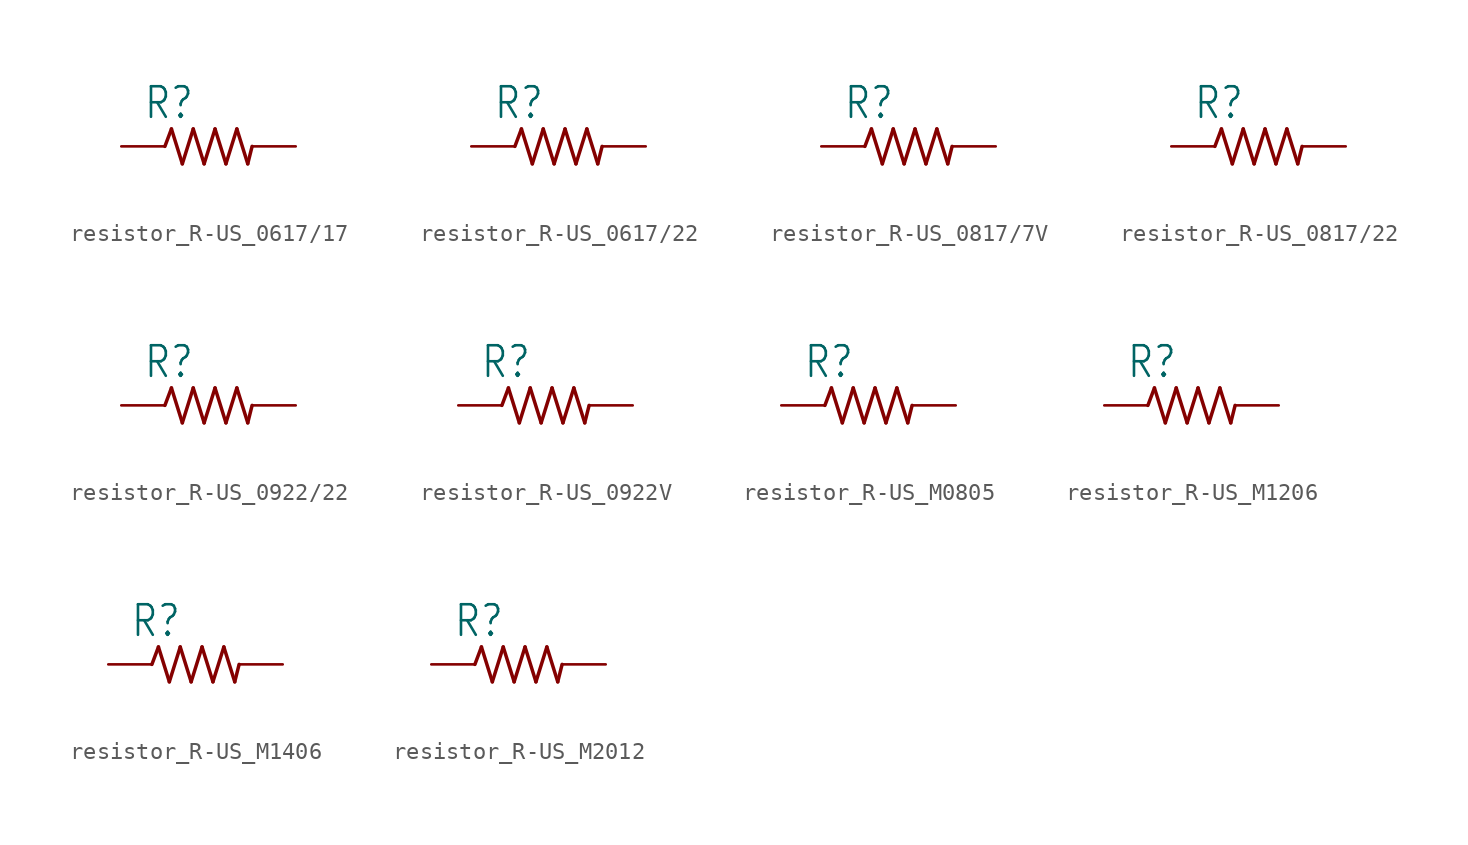
<source format=kicad_sym>
(kicad_symbol_lib
  (version 20231120)
  (generator "kicad_symbol_editor")
  (generator_version "8.0")
  (symbol "resistor_R-US_0617/17"
    (property "Reference" "R"
      (at -3.81 1.499 0)
      (effects (font (size 1.778 1.511)) (justify left bottom)))
    (property "Value" ""
      (at -3.81 -3.302 0)
      (effects (font (size 1.778 1.511)) (justify left bottom)))
    (property "ki_locked" ""
      (at 0 0 0)
      (effects (font (size 1.27 1.27))))
    (symbol "resistor_R-US_0617/17_1_0"
      (polyline (pts (xy -2.54 0) (xy -2.159 1.016)) (stroke (width 0.203) (type solid)) (fill (type none)))
      (polyline (pts (xy -2.159 1.016) (xy -1.524 -1.016)) (stroke (width 0.203) (type solid)) (fill (type none)))
      (polyline (pts (xy -1.524 -1.016) (xy -0.889 1.016)) (stroke (width 0.203) (type solid)) (fill (type none)))
      (polyline (pts (xy -0.889 1.016) (xy -0.254 -1.016)) (stroke (width 0.203) (type solid)) (fill (type none)))
      (polyline (pts (xy -0.254 -1.016) (xy 0.381 1.016)) (stroke (width 0.203) (type solid)) (fill (type none)))
      (polyline (pts (xy 0.381 1.016) (xy 1.016 -1.016)) (stroke (width 0.203) (type solid)) (fill (type none)))
      (polyline (pts (xy 1.016 -1.016) (xy 1.651 1.016)) (stroke (width 0.203) (type solid)) (fill (type none)))
      (polyline (pts (xy 1.651 1.016) (xy 2.286 -1.016)) (stroke (width 0.203) (type solid)) (fill (type none)))
      (polyline (pts (xy 2.286 -1.016) (xy 2.54 0)) (stroke (width 0.203) (type solid)) (fill (type none)))
      (pin passive line (at -5.08 0 0) (length 2.54) (name "1" (effects (font (size 0 0)))) (number "1" (effects (font (size 0 0)))))
      (pin passive line (at 5.08 0 180) (length 2.54) (name "2" (effects (font (size 0 0)))) (number "2" (effects (font (size 0 0)))))))
  (symbol "resistor_R-US_0617/22"
    (property "Reference" "R"
      (at -3.81 1.499 0)
      (effects (font (size 1.778 1.511)) (justify left bottom)))
    (property "Value" ""
      (at -3.81 -3.302 0)
      (effects (font (size 1.778 1.511)) (justify left bottom)))
    (property "ki_locked" ""
      (at 0 0 0)
      (effects (font (size 1.27 1.27))))
    (symbol "resistor_R-US_0617/22_1_0"
      (polyline (pts (xy -2.54 0) (xy -2.159 1.016)) (stroke (width 0.203) (type solid)) (fill (type none)))
      (polyline (pts (xy -2.159 1.016) (xy -1.524 -1.016)) (stroke (width 0.203) (type solid)) (fill (type none)))
      (polyline (pts (xy -1.524 -1.016) (xy -0.889 1.016)) (stroke (width 0.203) (type solid)) (fill (type none)))
      (polyline (pts (xy -0.889 1.016) (xy -0.254 -1.016)) (stroke (width 0.203) (type solid)) (fill (type none)))
      (polyline (pts (xy -0.254 -1.016) (xy 0.381 1.016)) (stroke (width 0.203) (type solid)) (fill (type none)))
      (polyline (pts (xy 0.381 1.016) (xy 1.016 -1.016)) (stroke (width 0.203) (type solid)) (fill (type none)))
      (polyline (pts (xy 1.016 -1.016) (xy 1.651 1.016)) (stroke (width 0.203) (type solid)) (fill (type none)))
      (polyline (pts (xy 1.651 1.016) (xy 2.286 -1.016)) (stroke (width 0.203) (type solid)) (fill (type none)))
      (polyline (pts (xy 2.286 -1.016) (xy 2.54 0)) (stroke (width 0.203) (type solid)) (fill (type none)))
      (pin passive line (at -5.08 0 0) (length 2.54) (name "1" (effects (font (size 0 0)))) (number "1" (effects (font (size 0 0)))))
      (pin passive line (at 5.08 0 180) (length 2.54) (name "2" (effects (font (size 0 0)))) (number "2" (effects (font (size 0 0)))))))
  (symbol "resistor_R-US_0817/7V"
    (property "Reference" "R"
      (at -3.81 1.499 0)
      (effects (font (size 1.778 1.511)) (justify left bottom)))
    (property "Value" ""
      (at -3.81 -3.302 0)
      (effects (font (size 1.778 1.511)) (justify left bottom)))
    (property "ki_locked" ""
      (at 0 0 0)
      (effects (font (size 1.27 1.27))))
    (symbol "resistor_R-US_0817/7V_1_0"
      (polyline (pts (xy -2.54 0) (xy -2.159 1.016)) (stroke (width 0.203) (type solid)) (fill (type none)))
      (polyline (pts (xy -2.159 1.016) (xy -1.524 -1.016)) (stroke (width 0.203) (type solid)) (fill (type none)))
      (polyline (pts (xy -1.524 -1.016) (xy -0.889 1.016)) (stroke (width 0.203) (type solid)) (fill (type none)))
      (polyline (pts (xy -0.889 1.016) (xy -0.254 -1.016)) (stroke (width 0.203) (type solid)) (fill (type none)))
      (polyline (pts (xy -0.254 -1.016) (xy 0.381 1.016)) (stroke (width 0.203) (type solid)) (fill (type none)))
      (polyline (pts (xy 0.381 1.016) (xy 1.016 -1.016)) (stroke (width 0.203) (type solid)) (fill (type none)))
      (polyline (pts (xy 1.016 -1.016) (xy 1.651 1.016)) (stroke (width 0.203) (type solid)) (fill (type none)))
      (polyline (pts (xy 1.651 1.016) (xy 2.286 -1.016)) (stroke (width 0.203) (type solid)) (fill (type none)))
      (polyline (pts (xy 2.286 -1.016) (xy 2.54 0)) (stroke (width 0.203) (type solid)) (fill (type none)))
      (pin passive line (at -5.08 0 0) (length 2.54) (name "1" (effects (font (size 0 0)))) (number "1" (effects (font (size 0 0)))))
      (pin passive line (at 5.08 0 180) (length 2.54) (name "2" (effects (font (size 0 0)))) (number "2" (effects (font (size 0 0)))))))
  (symbol "resistor_R-US_0817/22"
    (property "Reference" "R"
      (at -3.81 1.499 0)
      (effects (font (size 1.778 1.511)) (justify left bottom)))
    (property "Value" ""
      (at -3.81 -3.302 0)
      (effects (font (size 1.778 1.511)) (justify left bottom)))
    (property "ki_locked" ""
      (at 0 0 0)
      (effects (font (size 1.27 1.27))))
    (symbol "resistor_R-US_0817/22_1_0"
      (polyline (pts (xy -2.54 0) (xy -2.159 1.016)) (stroke (width 0.203) (type solid)) (fill (type none)))
      (polyline (pts (xy -2.159 1.016) (xy -1.524 -1.016)) (stroke (width 0.203) (type solid)) (fill (type none)))
      (polyline (pts (xy -1.524 -1.016) (xy -0.889 1.016)) (stroke (width 0.203) (type solid)) (fill (type none)))
      (polyline (pts (xy -0.889 1.016) (xy -0.254 -1.016)) (stroke (width 0.203) (type solid)) (fill (type none)))
      (polyline (pts (xy -0.254 -1.016) (xy 0.381 1.016)) (stroke (width 0.203) (type solid)) (fill (type none)))
      (polyline (pts (xy 0.381 1.016) (xy 1.016 -1.016)) (stroke (width 0.203) (type solid)) (fill (type none)))
      (polyline (pts (xy 1.016 -1.016) (xy 1.651 1.016)) (stroke (width 0.203) (type solid)) (fill (type none)))
      (polyline (pts (xy 1.651 1.016) (xy 2.286 -1.016)) (stroke (width 0.203) (type solid)) (fill (type none)))
      (polyline (pts (xy 2.286 -1.016) (xy 2.54 0)) (stroke (width 0.203) (type solid)) (fill (type none)))
      (pin passive line (at -5.08 0 0) (length 2.54) (name "1" (effects (font (size 0 0)))) (number "1" (effects (font (size 0 0)))))
      (pin passive line (at 5.08 0 180) (length 2.54) (name "2" (effects (font (size 0 0)))) (number "2" (effects (font (size 0 0)))))))
  (symbol "resistor_R-US_0922/22"
    (property "Reference" "R"
      (at -3.81 1.499 0)
      (effects (font (size 1.778 1.511)) (justify left bottom)))
    (property "Value" ""
      (at -3.81 -3.302 0)
      (effects (font (size 1.778 1.511)) (justify left bottom)))
    (property "ki_locked" ""
      (at 0 0 0)
      (effects (font (size 1.27 1.27))))
    (symbol "resistor_R-US_0922/22_1_0"
      (polyline (pts (xy -2.54 0) (xy -2.159 1.016)) (stroke (width 0.203) (type solid)) (fill (type none)))
      (polyline (pts (xy -2.159 1.016) (xy -1.524 -1.016)) (stroke (width 0.203) (type solid)) (fill (type none)))
      (polyline (pts (xy -1.524 -1.016) (xy -0.889 1.016)) (stroke (width 0.203) (type solid)) (fill (type none)))
      (polyline (pts (xy -0.889 1.016) (xy -0.254 -1.016)) (stroke (width 0.203) (type solid)) (fill (type none)))
      (polyline (pts (xy -0.254 -1.016) (xy 0.381 1.016)) (stroke (width 0.203) (type solid)) (fill (type none)))
      (polyline (pts (xy 0.381 1.016) (xy 1.016 -1.016)) (stroke (width 0.203) (type solid)) (fill (type none)))
      (polyline (pts (xy 1.016 -1.016) (xy 1.651 1.016)) (stroke (width 0.203) (type solid)) (fill (type none)))
      (polyline (pts (xy 1.651 1.016) (xy 2.286 -1.016)) (stroke (width 0.203) (type solid)) (fill (type none)))
      (polyline (pts (xy 2.286 -1.016) (xy 2.54 0)) (stroke (width 0.203) (type solid)) (fill (type none)))
      (pin passive line (at -5.08 0 0) (length 2.54) (name "1" (effects (font (size 0 0)))) (number "1" (effects (font (size 0 0)))))
      (pin passive line (at 5.08 0 180) (length 2.54) (name "2" (effects (font (size 0 0)))) (number "2" (effects (font (size 0 0)))))))
  (symbol "resistor_R-US_0922V"
    (property "Reference" "R"
      (at -3.81 1.499 0)
      (effects (font (size 1.778 1.511)) (justify left bottom)))
    (property "Value" ""
      (at -3.81 -3.302 0)
      (effects (font (size 1.778 1.511)) (justify left bottom)))
    (property "ki_locked" ""
      (at 0 0 0)
      (effects (font (size 1.27 1.27))))
    (symbol "resistor_R-US_0922V_1_0"
      (polyline (pts (xy -2.54 0) (xy -2.159 1.016)) (stroke (width 0.203) (type solid)) (fill (type none)))
      (polyline (pts (xy -2.159 1.016) (xy -1.524 -1.016)) (stroke (width 0.203) (type solid)) (fill (type none)))
      (polyline (pts (xy -1.524 -1.016) (xy -0.889 1.016)) (stroke (width 0.203) (type solid)) (fill (type none)))
      (polyline (pts (xy -0.889 1.016) (xy -0.254 -1.016)) (stroke (width 0.203) (type solid)) (fill (type none)))
      (polyline (pts (xy -0.254 -1.016) (xy 0.381 1.016)) (stroke (width 0.203) (type solid)) (fill (type none)))
      (polyline (pts (xy 0.381 1.016) (xy 1.016 -1.016)) (stroke (width 0.203) (type solid)) (fill (type none)))
      (polyline (pts (xy 1.016 -1.016) (xy 1.651 1.016)) (stroke (width 0.203) (type solid)) (fill (type none)))
      (polyline (pts (xy 1.651 1.016) (xy 2.286 -1.016)) (stroke (width 0.203) (type solid)) (fill (type none)))
      (polyline (pts (xy 2.286 -1.016) (xy 2.54 0)) (stroke (width 0.203) (type solid)) (fill (type none)))
      (pin passive line (at -5.08 0 0) (length 2.54) (name "1" (effects (font (size 0 0)))) (number "1" (effects (font (size 0 0)))))
      (pin passive line (at 5.08 0 180) (length 2.54) (name "2" (effects (font (size 0 0)))) (number "2" (effects (font (size 0 0)))))))
  (symbol "resistor_R-US_M0805"
    (property "Reference" "R"
      (at -3.81 1.499 0)
      (effects (font (size 1.778 1.511)) (justify left bottom)))
    (property "Value" ""
      (at -3.81 -3.302 0)
      (effects (font (size 1.778 1.511)) (justify left bottom)))
    (property "ki_locked" ""
      (at 0 0 0)
      (effects (font (size 1.27 1.27))))
    (symbol "resistor_R-US_M0805_1_0"
      (polyline (pts (xy -2.54 0) (xy -2.159 1.016)) (stroke (width 0.203) (type solid)) (fill (type none)))
      (polyline (pts (xy -2.159 1.016) (xy -1.524 -1.016)) (stroke (width 0.203) (type solid)) (fill (type none)))
      (polyline (pts (xy -1.524 -1.016) (xy -0.889 1.016)) (stroke (width 0.203) (type solid)) (fill (type none)))
      (polyline (pts (xy -0.889 1.016) (xy -0.254 -1.016)) (stroke (width 0.203) (type solid)) (fill (type none)))
      (polyline (pts (xy -0.254 -1.016) (xy 0.381 1.016)) (stroke (width 0.203) (type solid)) (fill (type none)))
      (polyline (pts (xy 0.381 1.016) (xy 1.016 -1.016)) (stroke (width 0.203) (type solid)) (fill (type none)))
      (polyline (pts (xy 1.016 -1.016) (xy 1.651 1.016)) (stroke (width 0.203) (type solid)) (fill (type none)))
      (polyline (pts (xy 1.651 1.016) (xy 2.286 -1.016)) (stroke (width 0.203) (type solid)) (fill (type none)))
      (polyline (pts (xy 2.286 -1.016) (xy 2.54 0)) (stroke (width 0.203) (type solid)) (fill (type none)))
      (pin passive line (at -5.08 0 0) (length 2.54) (name "1" (effects (font (size 0 0)))) (number "1" (effects (font (size 0 0)))))
      (pin passive line (at 5.08 0 180) (length 2.54) (name "2" (effects (font (size 0 0)))) (number "2" (effects (font (size 0 0)))))))
  (symbol "resistor_R-US_M1206"
    (property "Reference" "R"
      (at -3.81 1.499 0)
      (effects (font (size 1.778 1.511)) (justify left bottom)))
    (property "Value" ""
      (at -3.81 -3.302 0)
      (effects (font (size 1.778 1.511)) (justify left bottom)))
    (property "ki_locked" ""
      (at 0 0 0)
      (effects (font (size 1.27 1.27))))
    (symbol "resistor_R-US_M1206_1_0"
      (polyline (pts (xy -2.54 0) (xy -2.159 1.016)) (stroke (width 0.203) (type solid)) (fill (type none)))
      (polyline (pts (xy -2.159 1.016) (xy -1.524 -1.016)) (stroke (width 0.203) (type solid)) (fill (type none)))
      (polyline (pts (xy -1.524 -1.016) (xy -0.889 1.016)) (stroke (width 0.203) (type solid)) (fill (type none)))
      (polyline (pts (xy -0.889 1.016) (xy -0.254 -1.016)) (stroke (width 0.203) (type solid)) (fill (type none)))
      (polyline (pts (xy -0.254 -1.016) (xy 0.381 1.016)) (stroke (width 0.203) (type solid)) (fill (type none)))
      (polyline (pts (xy 0.381 1.016) (xy 1.016 -1.016)) (stroke (width 0.203) (type solid)) (fill (type none)))
      (polyline (pts (xy 1.016 -1.016) (xy 1.651 1.016)) (stroke (width 0.203) (type solid)) (fill (type none)))
      (polyline (pts (xy 1.651 1.016) (xy 2.286 -1.016)) (stroke (width 0.203) (type solid)) (fill (type none)))
      (polyline (pts (xy 2.286 -1.016) (xy 2.54 0)) (stroke (width 0.203) (type solid)) (fill (type none)))
      (pin passive line (at -5.08 0 0) (length 2.54) (name "1" (effects (font (size 0 0)))) (number "1" (effects (font (size 0 0)))))
      (pin passive line (at 5.08 0 180) (length 2.54) (name "2" (effects (font (size 0 0)))) (number "2" (effects (font (size 0 0)))))))
  (symbol "resistor_R-US_M1406"
    (property "Reference" "R"
      (at -3.81 1.499 0)
      (effects (font (size 1.778 1.511)) (justify left bottom)))
    (property "Value" ""
      (at -3.81 -3.302 0)
      (effects (font (size 1.778 1.511)) (justify left bottom)))
    (property "ki_locked" ""
      (at 0 0 0)
      (effects (font (size 1.27 1.27))))
    (symbol "resistor_R-US_M1406_1_0"
      (polyline (pts (xy -2.54 0) (xy -2.159 1.016)) (stroke (width 0.203) (type solid)) (fill (type none)))
      (polyline (pts (xy -2.159 1.016) (xy -1.524 -1.016)) (stroke (width 0.203) (type solid)) (fill (type none)))
      (polyline (pts (xy -1.524 -1.016) (xy -0.889 1.016)) (stroke (width 0.203) (type solid)) (fill (type none)))
      (polyline (pts (xy -0.889 1.016) (xy -0.254 -1.016)) (stroke (width 0.203) (type solid)) (fill (type none)))
      (polyline (pts (xy -0.254 -1.016) (xy 0.381 1.016)) (stroke (width 0.203) (type solid)) (fill (type none)))
      (polyline (pts (xy 0.381 1.016) (xy 1.016 -1.016)) (stroke (width 0.203) (type solid)) (fill (type none)))
      (polyline (pts (xy 1.016 -1.016) (xy 1.651 1.016)) (stroke (width 0.203) (type solid)) (fill (type none)))
      (polyline (pts (xy 1.651 1.016) (xy 2.286 -1.016)) (stroke (width 0.203) (type solid)) (fill (type none)))
      (polyline (pts (xy 2.286 -1.016) (xy 2.54 0)) (stroke (width 0.203) (type solid)) (fill (type none)))
      (pin passive line (at -5.08 0 0) (length 2.54) (name "1" (effects (font (size 0 0)))) (number "1" (effects (font (size 0 0)))))
      (pin passive line (at 5.08 0 180) (length 2.54) (name "2" (effects (font (size 0 0)))) (number "2" (effects (font (size 0 0)))))))
  (symbol "resistor_R-US_M2012"
    (property "Reference" "R"
      (at -3.81 1.499 0)
      (effects (font (size 1.778 1.511)) (justify left bottom)))
    (property "Value" ""
      (at -3.81 -3.302 0)
      (effects (font (size 1.778 1.511)) (justify left bottom)))
    (property "ki_locked" ""
      (at 0 0 0)
      (effects (font (size 1.27 1.27))))
    (symbol "resistor_R-US_M2012_1_0"
      (polyline (pts (xy -2.54 0) (xy -2.159 1.016)) (stroke (width 0.203) (type solid)) (fill (type none)))
      (polyline (pts (xy -2.159 1.016) (xy -1.524 -1.016)) (stroke (width 0.203) (type solid)) (fill (type none)))
      (polyline (pts (xy -1.524 -1.016) (xy -0.889 1.016)) (stroke (width 0.203) (type solid)) (fill (type none)))
      (polyline (pts (xy -0.889 1.016) (xy -0.254 -1.016)) (stroke (width 0.203) (type solid)) (fill (type none)))
      (polyline (pts (xy -0.254 -1.016) (xy 0.381 1.016)) (stroke (width 0.203) (type solid)) (fill (type none)))
      (polyline (pts (xy 0.381 1.016) (xy 1.016 -1.016)) (stroke (width 0.203) (type solid)) (fill (type none)))
      (polyline (pts (xy 1.016 -1.016) (xy 1.651 1.016)) (stroke (width 0.203) (type solid)) (fill (type none)))
      (polyline (pts (xy 1.651 1.016) (xy 2.286 -1.016)) (stroke (width 0.203) (type solid)) (fill (type none)))
      (polyline (pts (xy 2.286 -1.016) (xy 2.54 0)) (stroke (width 0.203) (type solid)) (fill (type none)))
      (pin passive line (at -5.08 0 0) (length 2.54) (name "1" (effects (font (size 0 0)))) (number "1" (effects (font (size 0 0)))))
      (pin passive line (at 5.08 0 180) (length 2.54) (name "2" (effects (font (size 0 0)))) (number "2" (effects (font (size 0 0))))))))
</source>
